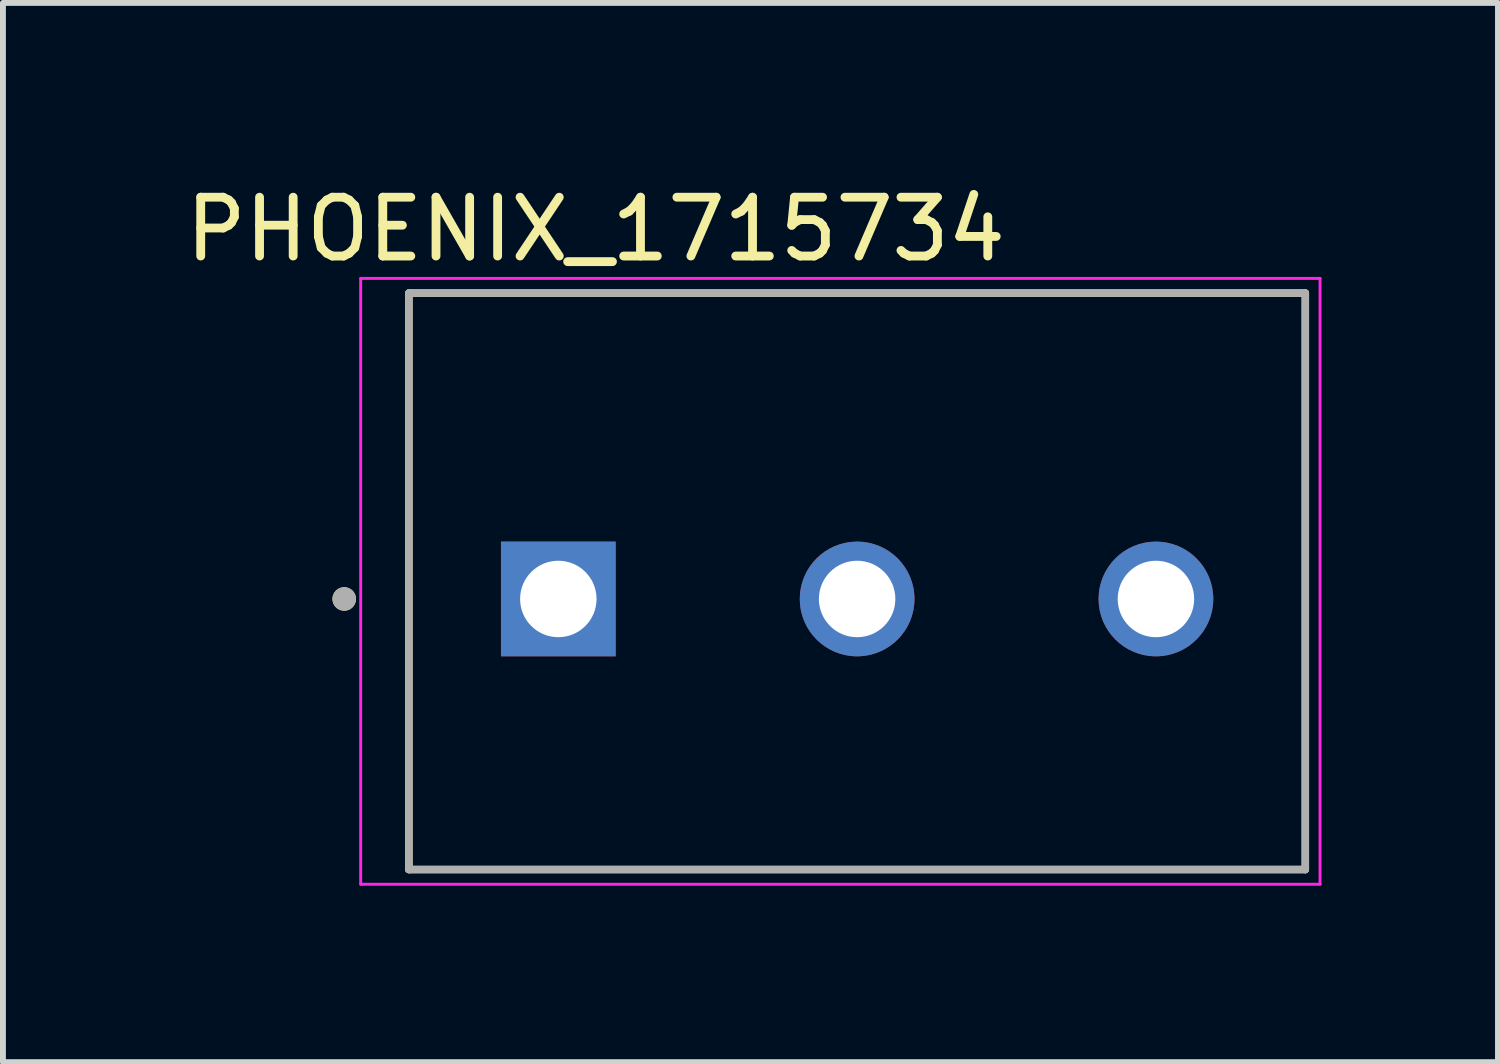
<source format=kicad_pcb>
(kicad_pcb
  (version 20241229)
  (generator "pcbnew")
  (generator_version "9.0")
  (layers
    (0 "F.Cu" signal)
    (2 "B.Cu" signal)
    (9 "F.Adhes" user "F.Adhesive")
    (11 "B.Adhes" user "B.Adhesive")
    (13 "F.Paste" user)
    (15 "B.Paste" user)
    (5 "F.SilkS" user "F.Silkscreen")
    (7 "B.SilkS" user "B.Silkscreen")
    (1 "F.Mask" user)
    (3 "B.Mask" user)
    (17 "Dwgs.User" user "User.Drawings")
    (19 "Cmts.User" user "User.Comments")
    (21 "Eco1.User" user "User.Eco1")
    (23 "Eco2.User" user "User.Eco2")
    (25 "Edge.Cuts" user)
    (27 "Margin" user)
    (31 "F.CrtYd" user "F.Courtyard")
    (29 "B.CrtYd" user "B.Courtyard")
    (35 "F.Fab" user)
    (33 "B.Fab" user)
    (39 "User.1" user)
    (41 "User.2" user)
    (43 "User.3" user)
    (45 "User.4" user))
  (footprint "PHOENIX_1715734"
    (layer "F.Cu")
    (at 3.902 11.733)
    (property "Reference" "PHOENIX_1715734" (at 3.175 -10.885 0) (layer "F.SilkS") (effects (font (size 1 1) (thickness 0.15))))
    (attr through_hole)
    (fp_line (start 0 -9.8) (end 0 0) (stroke (width 0.127) (type solid)) (layer "F.SilkS"))
    (fp_line (start 0 0) (end 15.24 0) (stroke (width 0.127) (type solid)) (layer "F.SilkS"))
    (fp_line (start 15.24 -9.8) (end 0 -9.8) (stroke (width 0.127) (type solid)) (layer "F.SilkS"))
    (fp_line (start 15.24 0) (end 15.24 -9.8) (stroke (width 0.127) (type solid)) (layer "F.SilkS"))
    (fp_circle (center -1.1 -4.6) (end -1 -4.6) (stroke (width 0.2) (type solid)) (fill no) (layer "F.SilkS"))
    (fp_line (start -0.82 -10.05) (end -0.82 0.25) (stroke (width 0.05) (type solid)) (layer "F.CrtYd"))
    (fp_line (start -0.82 0.25) (end 15.49 0.25) (stroke (width 0.05) (type solid)) (layer "F.CrtYd"))
    (fp_line (start 15.49 -10.05) (end -0.82 -10.05) (stroke (width 0.05) (type solid)) (layer "F.CrtYd"))
    (fp_line (start 15.49 0.25) (end 15.49 -10.05) (stroke (width 0.05) (type solid)) (layer "F.CrtYd"))
    (fp_line (start 0 -9.8) (end 0 0) (stroke (width 0.127) (type solid)) (layer "F.Fab"))
    (fp_line (start 0 0) (end 15.24 0) (stroke (width 0.127) (type solid)) (layer "F.Fab"))
    (fp_line (start 15.24 -9.8) (end 0 -9.8) (stroke (width 0.127) (type solid)) (layer "F.Fab"))
    (fp_line (start 15.24 0) (end 15.24 -9.8) (stroke (width 0.127) (type solid)) (layer "F.Fab"))
    (fp_circle (center -1.1 -4.6) (end -1 -4.6) (stroke (width 0.2) (type solid)) (fill no) (layer "F.Fab"))
    (pad "1" thru_hole rect (at 2.54 -4.6) (size 1.95 1.95) (drill 1.3) (layers "*.Cu" "*.Mask"))
    (pad "2" thru_hole circle (at 7.62 -4.6) (size 1.95 1.95) (drill 1.3) (layers "*.Cu" "*.Mask"))
    (pad "3" thru_hole circle (at 12.7 -4.6) (size 1.95 1.95) (drill 1.3) (layers "*.Cu" "*.Mask")))
  (gr_rect
    (start -3 -3)
    (end 22.417 15.008)
    (stroke (width 0.1) (type default))
    (fill no)
    (layer "Edge.Cuts")))
</source>
